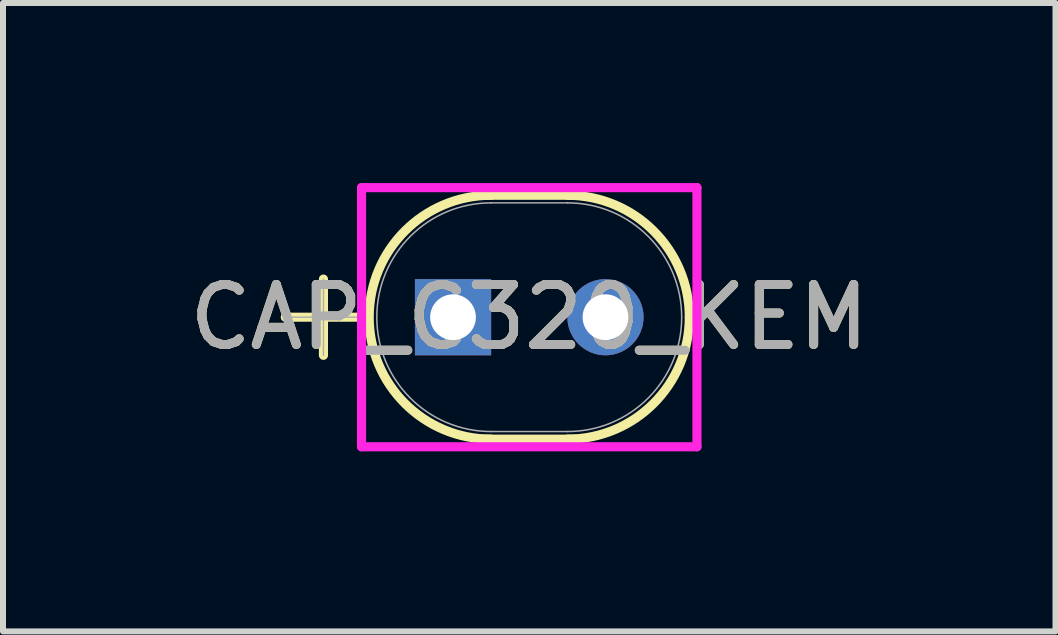
<source format=kicad_pcb>
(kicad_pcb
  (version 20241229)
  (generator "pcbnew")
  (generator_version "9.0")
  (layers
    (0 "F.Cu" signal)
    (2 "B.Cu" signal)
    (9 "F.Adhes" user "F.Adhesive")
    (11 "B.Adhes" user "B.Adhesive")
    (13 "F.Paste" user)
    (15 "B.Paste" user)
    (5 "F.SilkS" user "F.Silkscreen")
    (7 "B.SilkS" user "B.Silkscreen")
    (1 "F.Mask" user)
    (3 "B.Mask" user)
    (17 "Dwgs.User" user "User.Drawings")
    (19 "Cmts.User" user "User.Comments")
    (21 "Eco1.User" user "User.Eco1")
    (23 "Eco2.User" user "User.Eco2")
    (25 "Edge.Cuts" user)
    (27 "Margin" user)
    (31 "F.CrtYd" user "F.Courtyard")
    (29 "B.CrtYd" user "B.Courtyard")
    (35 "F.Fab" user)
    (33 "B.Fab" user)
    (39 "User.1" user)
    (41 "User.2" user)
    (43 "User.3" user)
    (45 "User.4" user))
  (footprint "CAP_C320_KEM"
    (layer "F.Cu")
    (at 4.498 2.235)
    (property "Reference" "CAP_C320_KEM" (at 1.27 0 0) (unlocked yes) (layer "F.SilkS") (effects (font (size 1 1) (thickness 0.15))))
    (attr through_hole)
    (fp_line (start -2.794 0) (end -1.524 0) (stroke (width 0.152) (type solid)) (layer "F.SilkS"))
    (fp_line (start -2.159 -0.635) (end -2.159 0.635) (stroke (width 0.152) (type solid)) (layer "F.SilkS"))
    (fp_line (start 0.508 -2.032) (end 2.032 -2.032) (stroke (width 0.152) (type solid)) (layer "F.SilkS"))
    (fp_line (start 0.508 2.032) (end 2.032 2.032) (stroke (width 0.152) (type solid)) (layer "F.SilkS"))
    (fp_arc (start 0.635 2.032) (mid -1.397 0) (end 0.635 -2.032) (stroke (width 0.1524) (type solid)) (layer "F.SilkS"))
    (fp_arc (start 1.905 -2.032) (mid 3.341841 -1.436841) (end 3.937 0) (stroke (width 0.1524) (type solid)) (layer "F.SilkS"))
    (fp_arc (start 3.937 0) (mid 3.341841 1.436841) (end 1.905 2.032) (stroke (width 0.1524) (type solid)) (layer "F.SilkS"))
    (fp_line (start -1.524 -2.159) (end 4.064 -2.159) (stroke (width 0.152) (type solid)) (layer "F.CrtYd"))
    (fp_line (start -1.524 2.159) (end -1.524 -2.159) (stroke (width 0.152) (type solid)) (layer "F.CrtYd"))
    (fp_line (start 4.064 -2.159) (end 4.064 2.159) (stroke (width 0.152) (type solid)) (layer "F.CrtYd"))
    (fp_line (start 4.064 2.159) (end -1.524 2.159) (stroke (width 0.152) (type solid)) (layer "F.CrtYd"))
    (fp_line (start -2.794 0) (end -1.524 0) (stroke (width 0.025) (type solid)) (layer "F.Fab"))
    (fp_line (start -2.159 -0.635) (end -2.159 0.635) (stroke (width 0.025) (type solid)) (layer "F.Fab"))
    (fp_line (start 0.635 -1.905) (end 1.905 -1.905) (stroke (width 0.025) (type solid)) (layer "F.Fab"))
    (fp_line (start 0.635 1.905) (end 1.905 1.905) (stroke (width 0.025) (type solid)) (layer "F.Fab"))
    (fp_arc (start 0.635 1.905) (mid -1.27 0) (end 0.635 -1.905) (stroke (width 0.0254) (type solid)) (layer "F.Fab"))
    (fp_arc (start 1.905 -1.905) (mid 3.81 0) (end 1.905 1.905) (stroke (width 0.0254) (type solid)) (layer "F.Fab"))
    (fp_text user "${REFERENCE}" (at 1.27 0 0) (unlocked yes) (layer "F.Fab") (effects (font (size 1 1) (thickness 0.15))))
    (pad "1" thru_hole rect (at 0 0) (size 1.27 1.27) (drill 0.762) (layers "*.Cu" "*.Mask"))
    (pad "2" thru_hole circle (at 2.54 0) (size 1.27 1.27) (drill 0.762) (layers "*.Cu" "*.Mask")))
  (gr_rect
    (start -3 -3)
    (end 14.536 7.47)
    (stroke (width 0.1) (type default))
    (fill no)
    (layer "Edge.Cuts")))
</source>
